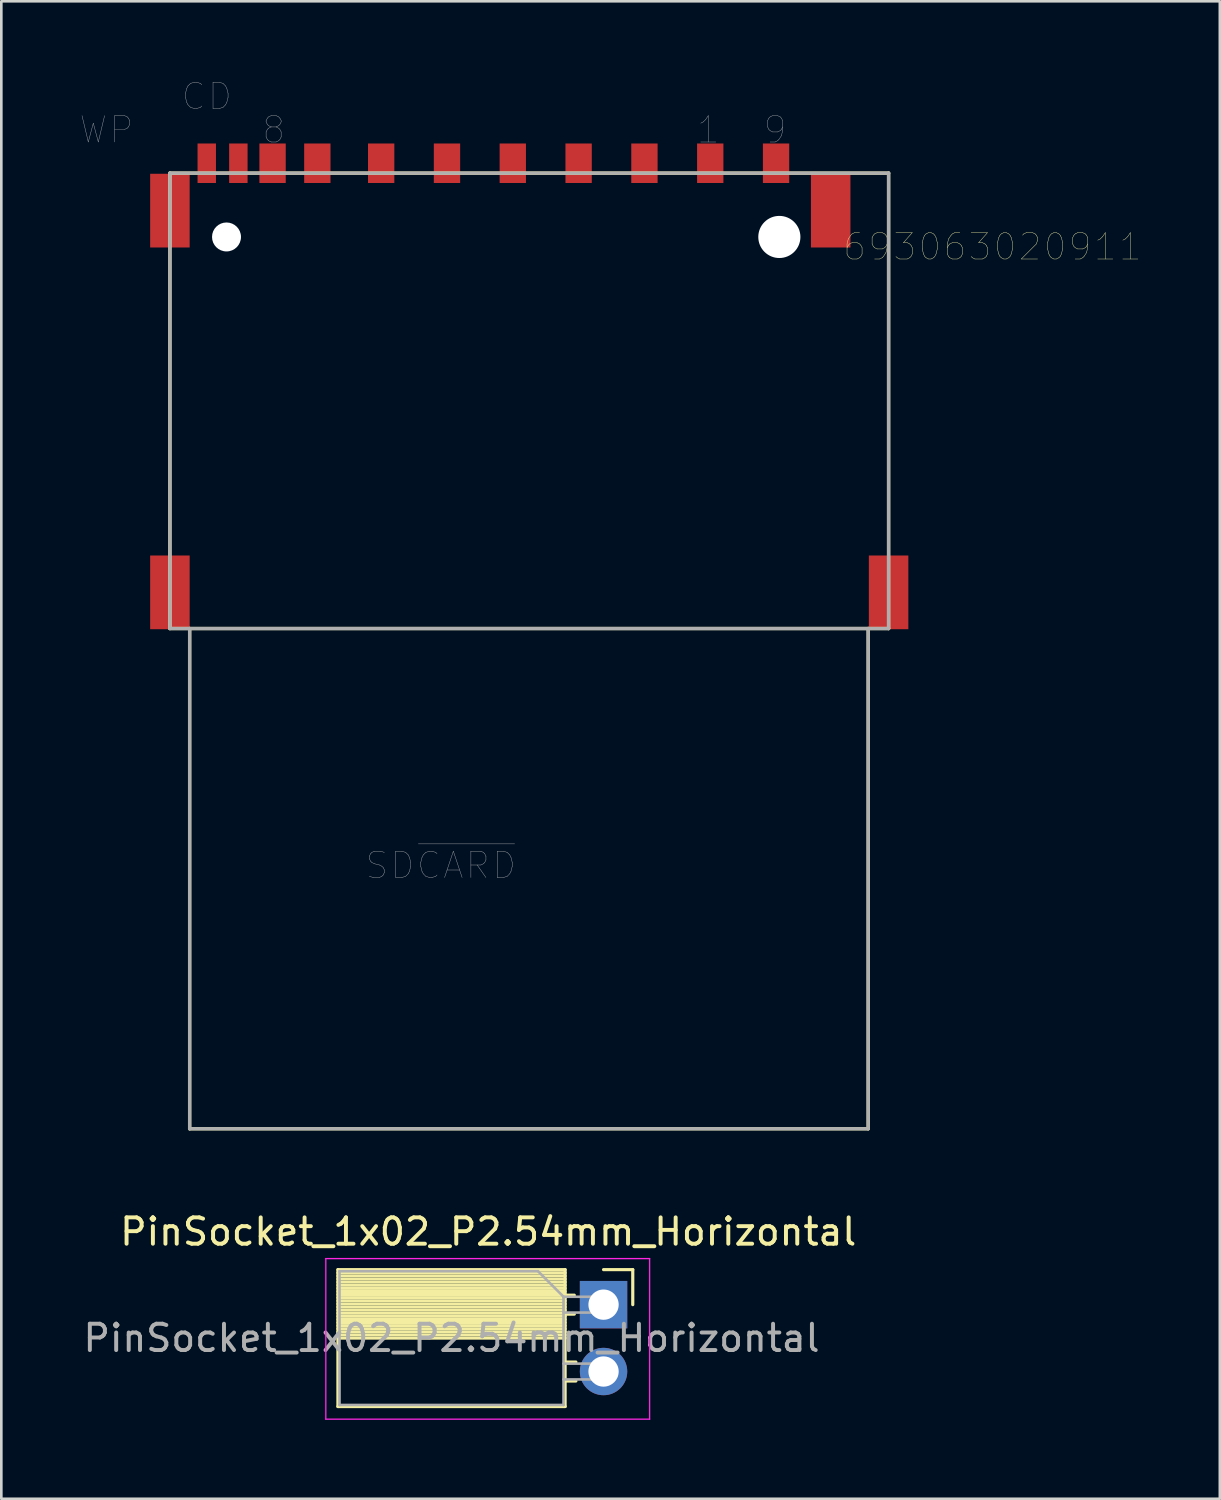
<source format=kicad_pcb>
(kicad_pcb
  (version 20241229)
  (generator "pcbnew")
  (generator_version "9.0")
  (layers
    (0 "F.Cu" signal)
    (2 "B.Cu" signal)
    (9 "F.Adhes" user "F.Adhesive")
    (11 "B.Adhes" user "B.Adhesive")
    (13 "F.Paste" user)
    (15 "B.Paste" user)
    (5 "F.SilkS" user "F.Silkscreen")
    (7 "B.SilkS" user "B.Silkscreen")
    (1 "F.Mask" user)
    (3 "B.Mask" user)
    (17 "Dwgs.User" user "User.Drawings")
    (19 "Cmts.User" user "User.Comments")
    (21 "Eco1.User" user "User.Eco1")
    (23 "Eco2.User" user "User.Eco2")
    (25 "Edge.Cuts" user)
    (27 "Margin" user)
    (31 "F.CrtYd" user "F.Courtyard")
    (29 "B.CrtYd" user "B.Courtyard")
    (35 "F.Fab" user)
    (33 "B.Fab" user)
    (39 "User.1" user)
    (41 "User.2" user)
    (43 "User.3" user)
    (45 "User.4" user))
  (footprint "PinSocket_1x02_P2.54mm_Horizontal"
    (layer "F.Cu")
    (at 19.876 46.508)
    (property "Reference" "PinSocket_1x02_P2.54mm_Horizontal" (at -4.38 -2.77 180) (layer "F.SilkS") (effects (font (size 1 1) (thickness 0.15))))
    (attr through_hole)
    (fp_line (start -10.09 -1.33) (end -10.09 3.87) (stroke (width 0.12) (type solid)) (layer "F.SilkS"))
    (fp_line (start -10.09 -1.33) (end -1.46 -1.33) (stroke (width 0.12) (type solid)) (layer "F.SilkS"))
    (fp_line (start -10.09 -1.21) (end -1.46 -1.21) (stroke (width 0.12) (type solid)) (layer "F.SilkS"))
    (fp_line (start -10.09 -1.092) (end -1.46 -1.092) (stroke (width 0.12) (type solid)) (layer "F.SilkS"))
    (fp_line (start -10.09 -0.974) (end -1.46 -0.974) (stroke (width 0.12) (type solid)) (layer "F.SilkS"))
    (fp_line (start -10.09 -0.856) (end -1.46 -0.856) (stroke (width 0.12) (type solid)) (layer "F.SilkS"))
    (fp_line (start -10.09 -0.738) (end -1.46 -0.738) (stroke (width 0.12) (type solid)) (layer "F.SilkS"))
    (fp_line (start -10.09 -0.62) (end -1.46 -0.62) (stroke (width 0.12) (type solid)) (layer "F.SilkS"))
    (fp_line (start -10.09 -0.501) (end -1.46 -0.501) (stroke (width 0.12) (type solid)) (layer "F.SilkS"))
    (fp_line (start -10.09 -0.383) (end -1.46 -0.383) (stroke (width 0.12) (type solid)) (layer "F.SilkS"))
    (fp_line (start -10.09 -0.265) (end -1.46 -0.265) (stroke (width 0.12) (type solid)) (layer "F.SilkS"))
    (fp_line (start -10.09 -0.147) (end -1.46 -0.147) (stroke (width 0.12) (type solid)) (layer "F.SilkS"))
    (fp_line (start -10.09 -0.029) (end -1.46 -0.029) (stroke (width 0.12) (type solid)) (layer "F.SilkS"))
    (fp_line (start -10.09 0.089) (end -1.46 0.089) (stroke (width 0.12) (type solid)) (layer "F.SilkS"))
    (fp_line (start -10.09 0.207) (end -1.46 0.207) (stroke (width 0.12) (type solid)) (layer "F.SilkS"))
    (fp_line (start -10.09 0.325) (end -1.46 0.325) (stroke (width 0.12) (type solid)) (layer "F.SilkS"))
    (fp_line (start -10.09 0.443) (end -1.46 0.443) (stroke (width 0.12) (type solid)) (layer "F.SilkS"))
    (fp_line (start -10.09 0.561) (end -1.46 0.561) (stroke (width 0.12) (type solid)) (layer "F.SilkS"))
    (fp_line (start -10.09 0.68) (end -1.46 0.68) (stroke (width 0.12) (type solid)) (layer "F.SilkS"))
    (fp_line (start -10.09 0.798) (end -1.46 0.798) (stroke (width 0.12) (type solid)) (layer "F.SilkS"))
    (fp_line (start -10.09 0.916) (end -1.46 0.916) (stroke (width 0.12) (type solid)) (layer "F.SilkS"))
    (fp_line (start -10.09 1.034) (end -1.46 1.034) (stroke (width 0.12) (type solid)) (layer "F.SilkS"))
    (fp_line (start -10.09 1.152) (end -1.46 1.152) (stroke (width 0.12) (type solid)) (layer "F.SilkS"))
    (fp_line (start -10.09 1.27) (end -1.46 1.27) (stroke (width 0.12) (type solid)) (layer "F.SilkS"))
    (fp_line (start -10.09 3.87) (end -1.46 3.87) (stroke (width 0.12) (type solid)) (layer "F.SilkS"))
    (fp_line (start -1.46 -1.33) (end -1.46 3.87) (stroke (width 0.12) (type solid)) (layer "F.SilkS"))
    (fp_line (start -1.46 -0.36) (end -1.11 -0.36) (stroke (width 0.12) (type solid)) (layer "F.SilkS"))
    (fp_line (start -1.46 0.36) (end -1.11 0.36) (stroke (width 0.12) (type solid)) (layer "F.SilkS"))
    (fp_line (start -1.46 2.18) (end -1.05 2.18) (stroke (width 0.12) (type solid)) (layer "F.SilkS"))
    (fp_line (start -1.46 2.9) (end -1.05 2.9) (stroke (width 0.12) (type solid)) (layer "F.SilkS"))
    (fp_line (start 0 -1.33) (end 1.11 -1.33) (stroke (width 0.12) (type solid)) (layer "F.SilkS"))
    (fp_line (start 1.11 -1.33) (end 1.11 0) (stroke (width 0.12) (type solid)) (layer "F.SilkS"))
    (fp_line (start -10.55 -1.75) (end -10.55 4.35) (stroke (width 0.05) (type solid)) (layer "F.CrtYd"))
    (fp_line (start -10.55 4.35) (end 1.75 4.35) (stroke (width 0.05) (type solid)) (layer "F.CrtYd"))
    (fp_line (start 1.75 -1.75) (end -10.55 -1.75) (stroke (width 0.05) (type solid)) (layer "F.CrtYd"))
    (fp_line (start 1.75 4.35) (end 1.75 -1.75) (stroke (width 0.05) (type solid)) (layer "F.CrtYd"))
    (fp_line (start -10.03 -1.27) (end -2.49 -1.27) (stroke (width 0.1) (type solid)) (layer "F.Fab"))
    (fp_line (start -10.03 3.81) (end -10.03 -1.27) (stroke (width 0.1) (type solid)) (layer "F.Fab"))
    (fp_line (start -2.49 -1.27) (end -1.52 -0.3) (stroke (width 0.1) (type solid)) (layer "F.Fab"))
    (fp_line (start -1.52 -0.3) (end -1.52 3.81) (stroke (width 0.1) (type solid)) (layer "F.Fab"))
    (fp_line (start -1.52 0.3) (end 0 0.3) (stroke (width 0.1) (type solid)) (layer "F.Fab"))
    (fp_line (start -1.52 2.84) (end 0 2.84) (stroke (width 0.1) (type solid)) (layer "F.Fab"))
    (fp_line (start -1.52 3.81) (end -10.03 3.81) (stroke (width 0.1) (type solid)) (layer "F.Fab"))
    (fp_line (start 0 -0.3) (end -1.52 -0.3) (stroke (width 0.1) (type solid)) (layer "F.Fab"))
    (fp_line (start 0 0.3) (end 0 -0.3) (stroke (width 0.1) (type solid)) (layer "F.Fab"))
    (fp_line (start 0 2.24) (end -1.52 2.24) (stroke (width 0.1) (type solid)) (layer "F.Fab"))
    (fp_line (start 0 2.84) (end 0 2.24) (stroke (width 0.1) (type solid)) (layer "F.Fab"))
    (fp_text user "${REFERENCE}" (at -5.775 1.27 180) (layer "F.Fab") (effects (font (size 1 1) (thickness 0.15))))
    (pad "1" thru_hole rect (at 0 0) (size 1.8 1.8) (drill 1.15) (layers "*.Cu" "*.Mask"))
    (pad "2" thru_hole oval (at 0 2.54) (size 1.8 1.8) (drill 1.15) (layers "*.Cu" "*.Mask")))
  (footprint "693063020911"
    (layer "F.Cu")
    (at 4.804 3.151)
    (property "Reference" "693063020911" (at 29.845 3.175 0) (layer "F.SilkS") (effects (font (size 1 1) (thickness 0.015))))
    (attr through_hole)
    (fp_line (start -1.4 0.375) (end 25.9 0.375) (stroke (width 0.127) (type solid)) (layer "F.SilkS"))
    (fp_line (start -1.4 17.675) (end -1.4 0.375) (stroke (width 0.127) (type solid)) (layer "F.SilkS"))
    (fp_line (start -1.4 17.675) (end -0.65 17.675) (stroke (width 0.127) (type solid)) (layer "F.SilkS"))
    (fp_line (start -0.65 17.675) (end 25.125 17.675) (stroke (width 0.127) (type solid)) (layer "F.SilkS"))
    (fp_line (start -0.65 36.675) (end -0.65 17.675) (stroke (width 0.127) (type solid)) (layer "F.SilkS"))
    (fp_line (start 25.125 17.675) (end 25.125 36.675) (stroke (width 0.127) (type solid)) (layer "F.SilkS"))
    (fp_line (start 25.125 36.675) (end -0.65 36.675) (stroke (width 0.127) (type solid)) (layer "F.SilkS"))
    (fp_line (start 25.9 0.375) (end 25.9 17.675) (stroke (width 0.127) (type solid)) (layer "F.SilkS"))
    (fp_line (start 25.9 17.675) (end 25.125 17.675) (stroke (width 0.127) (type solid)) (layer "F.SilkS"))
    (fp_line (start -1.4 0.375) (end 25.9 0.375) (stroke (width 0.127) (type solid)) (layer "F.Fab"))
    (fp_line (start -1.4 17.675) (end -1.4 0.375) (stroke (width 0.127) (type solid)) (layer "F.Fab"))
    (fp_line (start -1.4 17.675) (end -0.65 17.675) (stroke (width 0.127) (type solid)) (layer "F.Fab"))
    (fp_line (start -0.65 17.675) (end 25.125 17.675) (stroke (width 0.127) (type solid)) (layer "F.Fab"))
    (fp_line (start -0.65 36.675) (end -0.65 17.675) (stroke (width 0.127) (type solid)) (layer "F.Fab"))
    (fp_line (start 25.125 17.675) (end 25.125 36.675) (stroke (width 0.127) (type solid)) (layer "F.Fab"))
    (fp_line (start 25.125 36.675) (end -0.65 36.675) (stroke (width 0.127) (type solid)) (layer "F.Fab"))
    (fp_line (start 25.9 0.375) (end 25.9 17.675) (stroke (width 0.127) (type solid)) (layer "F.Fab"))
    (fp_line (start 25.9 17.675) (end 25.125 17.675) (stroke (width 0.127) (type solid)) (layer "F.Fab"))
    (fp_text user "9" (at 21.59 -1.27 0) (layer "F.Fab") (effects (font (size 1 1) (thickness 0.015))))
    (fp_text user "8" (at 2.54 -1.27 0) (layer "F.Fab") (effects (font (size 1 1) (thickness 0.015))))
    (fp_text user "1" (at 19.05 -1.27 0) (layer "F.Fab") (effects (font (size 1 1) (thickness 0.015))))
    (fp_text user "WP" (at -3.81 -1.27 0) (layer "F.Fab") (effects (font (size 1 1) (thickness 0.015))))
    (fp_text user "SD~{CARD}" (at 8.89 26.67 0) (layer "F.Fab") (effects (font (size 1 1) (thickness 0.015))))
    (fp_text user "CD" (at 0 -2.54 0) (layer "F.Fab") (effects (font (size 1 1) (thickness 0.015))))
    (pad "" smd rect (at -1.4 1.8) (size 1.5 2.8) (layers "F.Cu" "F.Mask" "F.Paste"))
    (pad "" smd rect (at -1.4 16.3) (size 1.5 2.8) (layers "F.Cu" "F.Mask" "F.Paste"))
    (pad "" smd rect (at 0 0) (size 0.7 1.5) (layers "F.Cu" "F.Mask" "F.Paste"))
    (pad "" np_thru_hole circle (at 0.75 2.8) (size 1.1 1.1) (drill 1.1) (layers "*.Cu" "*.Mask"))
    (pad "" smd rect (at 1.2 0) (size 0.7 1.5) (layers "F.Cu" "F.Mask" "F.Paste"))
    (pad "" np_thru_hole circle (at 21.75 2.8) (size 1.6 1.6) (drill 1.6) (layers "*.Cu" "*.Mask"))
    (pad "" smd rect (at 23.7 1.8) (size 1.5 2.8) (layers "F.Cu" "F.Mask" "F.Paste"))
    (pad "" smd rect (at 25.9 16.3) (size 1.5 2.8) (layers "F.Cu" "F.Mask" "F.Paste"))
    (pad "1" smd rect (at 19.125 0) (size 1 1.5) (layers "F.Cu" "F.Mask" "F.Paste"))
    (pad "2" smd rect (at 16.625 0) (size 1 1.5) (layers "F.Cu" "F.Mask" "F.Paste"))
    (pad "3" smd rect (at 14.125 0) (size 1 1.5) (layers "F.Cu" "F.Mask" "F.Paste"))
    (pad "4" smd rect (at 11.625 0) (size 1 1.5) (layers "F.Cu" "F.Mask" "F.Paste"))
    (pad "5" smd rect (at 9.125 0) (size 1 1.5) (layers "F.Cu" "F.Mask" "F.Paste"))
    (pad "6" smd rect (at 6.625 0) (size 1 1.5) (layers "F.Cu" "F.Mask" "F.Paste"))
    (pad "7" smd rect (at 4.2 0) (size 1 1.5) (layers "F.Cu" "F.Mask" "F.Paste"))
    (pad "8" smd rect (at 2.5 0) (size 1 1.5) (layers "F.Cu" "F.Mask" "F.Paste"))
    (pad "9" smd rect (at 21.625 0) (size 1 1.5) (layers "F.Cu" "F.Mask" "F.Paste")))
  (gr_rect
    (start -3 -3)
    (end 43.286 53.883)
    (stroke (width 0.1) (type default))
    (fill no)
    (layer "Edge.Cuts")))
</source>
